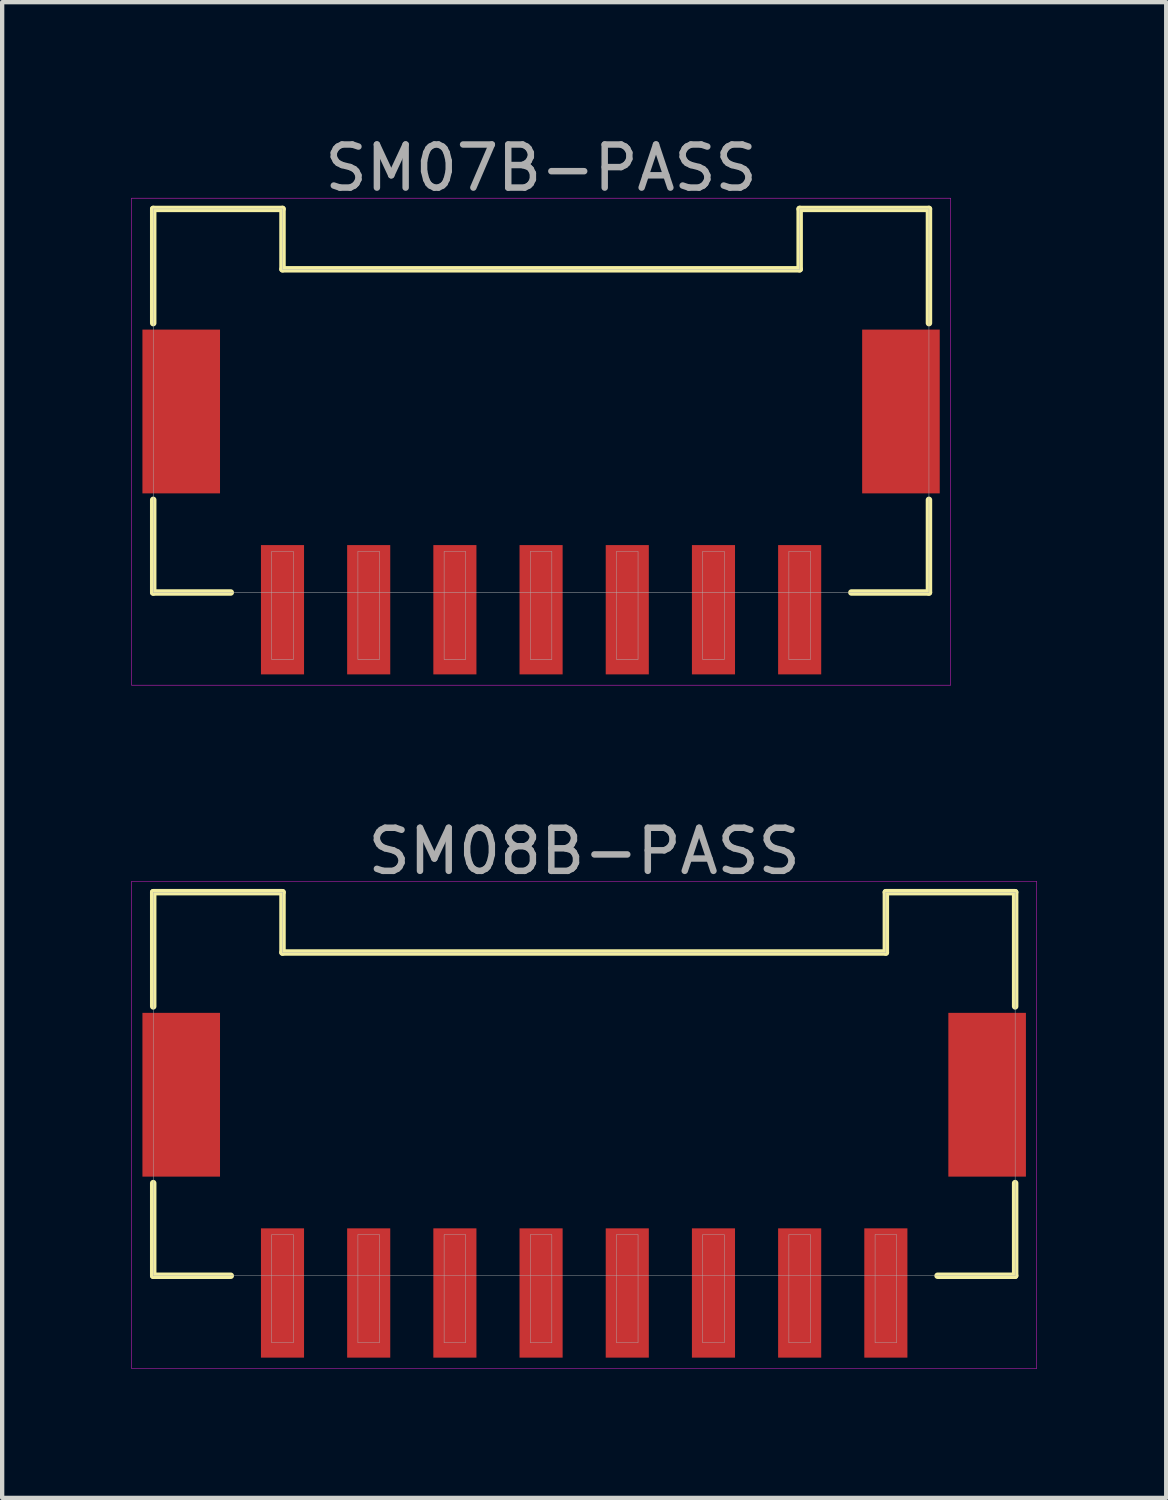
<source format=kicad_pcb>
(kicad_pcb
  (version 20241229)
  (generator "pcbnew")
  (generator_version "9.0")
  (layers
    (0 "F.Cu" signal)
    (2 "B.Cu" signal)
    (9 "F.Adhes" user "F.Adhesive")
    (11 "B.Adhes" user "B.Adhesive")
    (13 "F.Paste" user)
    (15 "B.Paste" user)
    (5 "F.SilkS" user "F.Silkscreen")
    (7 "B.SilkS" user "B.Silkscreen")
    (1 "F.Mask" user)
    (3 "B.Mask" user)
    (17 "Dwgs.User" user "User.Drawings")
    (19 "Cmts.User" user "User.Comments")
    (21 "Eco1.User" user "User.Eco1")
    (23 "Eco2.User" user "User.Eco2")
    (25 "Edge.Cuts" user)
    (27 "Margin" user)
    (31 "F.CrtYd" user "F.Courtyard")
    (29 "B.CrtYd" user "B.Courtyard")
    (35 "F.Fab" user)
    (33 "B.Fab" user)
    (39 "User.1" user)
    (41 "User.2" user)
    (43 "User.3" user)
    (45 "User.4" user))
  (footprint "SM07B-PASS"
    (layer "F.Cu")
    (at 9.505 9.748)
    (property "Reference" "SM07B-PASS" (at 0 -8.9 0) (layer "F.Fab") (effects (font (size 1 1) (thickness 0.15))))
    (attr through_hole)
    (fp_line (start -9 -7.95) (end -9 -5.3) (stroke (width 0.15) (type solid)) (layer "F.SilkS"))
    (fp_line (start -9 -7.95) (end -6 -7.95) (stroke (width 0.15) (type solid)) (layer "F.SilkS"))
    (fp_line (start -9 0.95) (end -9 -1.2) (stroke (width 0.15) (type solid)) (layer "F.SilkS"))
    (fp_line (start -9 0.95) (end -7.2 0.95) (stroke (width 0.15) (type solid)) (layer "F.SilkS"))
    (fp_line (start -6 -7.95) (end -6 -6.55) (stroke (width 0.15) (type solid)) (layer "F.SilkS"))
    (fp_line (start -6 -6.55) (end 6 -6.55) (stroke (width 0.15) (type solid)) (layer "F.SilkS"))
    (fp_line (start 6 -7.95) (end 9 -7.95) (stroke (width 0.15) (type solid)) (layer "F.SilkS"))
    (fp_line (start 6 -6.55) (end 6 -7.95) (stroke (width 0.15) (type solid)) (layer "F.SilkS"))
    (fp_line (start 9 -7.95) (end 9 -5.3) (stroke (width 0.15) (type solid)) (layer "F.SilkS"))
    (fp_line (start 9 0.95) (end 7.2 0.95) (stroke (width 0.15) (type solid)) (layer "F.SilkS"))
    (fp_line (start 9 0.95) (end 9 -1.2) (stroke (width 0.15) (type solid)) (layer "F.SilkS"))
    (fp_line (start -9.5 -8.2) (end 9.5 -8.2) (stroke (width 0.01) (type solid)) (layer "F.CrtYd"))
    (fp_line (start -9.5 3.1) (end -9.5 -8.2) (stroke (width 0.01) (type solid)) (layer "F.CrtYd"))
    (fp_line (start 9.5 -8.2) (end 9.5 3.1) (stroke (width 0.01) (type solid)) (layer "F.CrtYd"))
    (fp_line (start 9.5 3.1) (end -9.5 3.1) (stroke (width 0.01) (type solid)) (layer "F.CrtYd"))
    (fp_line (start -9 -7.95) (end -6 -7.95) (stroke (width 0.01) (type solid)) (layer "F.Fab"))
    (fp_line (start -9 0.95) (end -9 -7.95) (stroke (width 0.01) (type solid)) (layer "F.Fab"))
    (fp_line (start -6.25 0) (end -5.75 0) (stroke (width 0.01) (type solid)) (layer "F.Fab"))
    (fp_line (start -6.25 2.5) (end -6.25 0) (stroke (width 0.01) (type solid)) (layer "F.Fab"))
    (fp_line (start -6 -7.95) (end -6 -6.55) (stroke (width 0.01) (type solid)) (layer "F.Fab"))
    (fp_line (start -6 -6.55) (end 6 -6.55) (stroke (width 0.01) (type solid)) (layer "F.Fab"))
    (fp_line (start -5.75 0) (end -5.75 2.5) (stroke (width 0.01) (type solid)) (layer "F.Fab"))
    (fp_line (start -5.75 2.5) (end -6.25 2.5) (stroke (width 0.01) (type solid)) (layer "F.Fab"))
    (fp_line (start -4.25 0) (end -3.75 0) (stroke (width 0.01) (type solid)) (layer "F.Fab"))
    (fp_line (start -4.25 2.5) (end -4.25 0) (stroke (width 0.01) (type solid)) (layer "F.Fab"))
    (fp_line (start -3.75 0) (end -3.75 2.5) (stroke (width 0.01) (type solid)) (layer "F.Fab"))
    (fp_line (start -3.75 2.5) (end -4.25 2.5) (stroke (width 0.01) (type solid)) (layer "F.Fab"))
    (fp_line (start -2.25 0) (end -1.75 0) (stroke (width 0.01) (type solid)) (layer "F.Fab"))
    (fp_line (start -2.25 2.5) (end -2.25 0) (stroke (width 0.01) (type solid)) (layer "F.Fab"))
    (fp_line (start -1.75 0) (end -1.75 2.5) (stroke (width 0.01) (type solid)) (layer "F.Fab"))
    (fp_line (start -1.75 2.5) (end -2.25 2.5) (stroke (width 0.01) (type solid)) (layer "F.Fab"))
    (fp_line (start -0.25 0) (end 0.25 0) (stroke (width 0.01) (type solid)) (layer "F.Fab"))
    (fp_line (start -0.25 2.5) (end -0.25 0) (stroke (width 0.01) (type solid)) (layer "F.Fab"))
    (fp_line (start 0.25 0) (end 0.25 2.5) (stroke (width 0.01) (type solid)) (layer "F.Fab"))
    (fp_line (start 0.25 2.5) (end -0.25 2.5) (stroke (width 0.01) (type solid)) (layer "F.Fab"))
    (fp_line (start 1.75 0) (end 2.25 0) (stroke (width 0.01) (type solid)) (layer "F.Fab"))
    (fp_line (start 1.75 2.5) (end 1.75 0) (stroke (width 0.01) (type solid)) (layer "F.Fab"))
    (fp_line (start 2.25 0) (end 2.25 2.5) (stroke (width 0.01) (type solid)) (layer "F.Fab"))
    (fp_line (start 2.25 2.5) (end 1.75 2.5) (stroke (width 0.01) (type solid)) (layer "F.Fab"))
    (fp_line (start 3.75 0) (end 4.25 0) (stroke (width 0.01) (type solid)) (layer "F.Fab"))
    (fp_line (start 3.75 2.5) (end 3.75 0) (stroke (width 0.01) (type solid)) (layer "F.Fab"))
    (fp_line (start 4.25 0) (end 4.25 2.5) (stroke (width 0.01) (type solid)) (layer "F.Fab"))
    (fp_line (start 4.25 2.5) (end 3.75 2.5) (stroke (width 0.01) (type solid)) (layer "F.Fab"))
    (fp_line (start 5.75 0) (end 6.25 0) (stroke (width 0.01) (type solid)) (layer "F.Fab"))
    (fp_line (start 5.75 2.5) (end 5.75 0) (stroke (width 0.01) (type solid)) (layer "F.Fab"))
    (fp_line (start 6 -7.95) (end 9 -7.95) (stroke (width 0.01) (type solid)) (layer "F.Fab"))
    (fp_line (start 6 -6.55) (end 6 -7.95) (stroke (width 0.01) (type solid)) (layer "F.Fab"))
    (fp_line (start 6.25 0) (end 6.25 2.5) (stroke (width 0.01) (type solid)) (layer "F.Fab"))
    (fp_line (start 6.25 2.5) (end 5.75 2.5) (stroke (width 0.01) (type solid)) (layer "F.Fab"))
    (fp_line (start 9 -7.95) (end 9 0.95) (stroke (width 0.01) (type solid)) (layer "F.Fab"))
    (fp_line (start 9 0.95) (end -9 0.95) (stroke (width 0.01) (type solid)) (layer "F.Fab"))
    (pad "" smd rect (at -8.35 -3.25) (size 1.8 3.8) (layers "F.Cu" "F.Mask" "F.Paste"))
    (pad "" smd rect (at 8.35 -3.25) (size 1.8 3.8) (layers "F.Cu" "F.Mask" "F.Paste"))
    (pad "1" smd rect (at 6 1.35) (size 1 3) (layers "F.Cu" "F.Mask" "F.Paste"))
    (pad "2" smd rect (at 4 1.35) (size 1 3) (layers "F.Cu" "F.Mask" "F.Paste"))
    (pad "3" smd rect (at 2 1.35) (size 1 3) (layers "F.Cu" "F.Mask" "F.Paste"))
    (pad "4" smd rect (at 0 1.35) (size 1 3) (layers "F.Cu" "F.Mask" "F.Paste"))
    (pad "5" smd rect (at -2 1.35) (size 1 3) (layers "F.Cu" "F.Mask" "F.Paste"))
    (pad "6" smd rect (at -4 1.35) (size 1 3) (layers "F.Cu" "F.Mask" "F.Paste"))
    (pad "7" smd rect (at -6 1.35) (size 1 3) (layers "F.Cu" "F.Mask" "F.Paste")))
  (footprint "SM08B-PASS"
    (layer "F.Cu")
    (at 10.505 25.602)
    (property "Reference" "SM08B-PASS" (at 0 -8.9 0) (layer "F.Fab") (effects (font (size 1 1) (thickness 0.15))))
    (attr through_hole)
    (fp_line (start -10 -7.95) (end -10 -5.3) (stroke (width 0.15) (type solid)) (layer "F.SilkS"))
    (fp_line (start -10 -7.95) (end -7 -7.95) (stroke (width 0.15) (type solid)) (layer "F.SilkS"))
    (fp_line (start -10 0.95) (end -10 -1.2) (stroke (width 0.15) (type solid)) (layer "F.SilkS"))
    (fp_line (start -10 0.95) (end -8.2 0.95) (stroke (width 0.15) (type solid)) (layer "F.SilkS"))
    (fp_line (start -7 -7.95) (end -7 -6.55) (stroke (width 0.15) (type solid)) (layer "F.SilkS"))
    (fp_line (start -7 -6.55) (end 7 -6.55) (stroke (width 0.15) (type solid)) (layer "F.SilkS"))
    (fp_line (start 7 -7.95) (end 10 -7.95) (stroke (width 0.15) (type solid)) (layer "F.SilkS"))
    (fp_line (start 7 -6.55) (end 7 -7.95) (stroke (width 0.15) (type solid)) (layer "F.SilkS"))
    (fp_line (start 10 -7.95) (end 10 -5.3) (stroke (width 0.15) (type solid)) (layer "F.SilkS"))
    (fp_line (start 10 0.95) (end 8.2 0.95) (stroke (width 0.15) (type solid)) (layer "F.SilkS"))
    (fp_line (start 10 0.95) (end 10 -1.2) (stroke (width 0.15) (type solid)) (layer "F.SilkS"))
    (fp_line (start -10.5 -8.2) (end 10.5 -8.2) (stroke (width 0.01) (type solid)) (layer "F.CrtYd"))
    (fp_line (start -10.5 3.1) (end -10.5 -8.2) (stroke (width 0.01) (type solid)) (layer "F.CrtYd"))
    (fp_line (start 10.5 -8.2) (end 10.5 3.1) (stroke (width 0.01) (type solid)) (layer "F.CrtYd"))
    (fp_line (start 10.5 3.1) (end -10.5 3.1) (stroke (width 0.01) (type solid)) (layer "F.CrtYd"))
    (fp_line (start -10 -7.95) (end -7 -7.95) (stroke (width 0.01) (type solid)) (layer "F.Fab"))
    (fp_line (start -10 0.95) (end -10 -7.95) (stroke (width 0.01) (type solid)) (layer "F.Fab"))
    (fp_line (start -7.25 0) (end -6.75 0) (stroke (width 0.01) (type solid)) (layer "F.Fab"))
    (fp_line (start -7.25 2.5) (end -7.25 0) (stroke (width 0.01) (type solid)) (layer "F.Fab"))
    (fp_line (start -7 -7.95) (end -7 -6.55) (stroke (width 0.01) (type solid)) (layer "F.Fab"))
    (fp_line (start -7 -6.55) (end 7 -6.55) (stroke (width 0.01) (type solid)) (layer "F.Fab"))
    (fp_line (start -6.75 0) (end -6.75 2.5) (stroke (width 0.01) (type solid)) (layer "F.Fab"))
    (fp_line (start -6.75 2.5) (end -7.25 2.5) (stroke (width 0.01) (type solid)) (layer "F.Fab"))
    (fp_line (start -5.25 0) (end -4.75 0) (stroke (width 0.01) (type solid)) (layer "F.Fab"))
    (fp_line (start -5.25 2.5) (end -5.25 0) (stroke (width 0.01) (type solid)) (layer "F.Fab"))
    (fp_line (start -4.75 0) (end -4.75 2.5) (stroke (width 0.01) (type solid)) (layer "F.Fab"))
    (fp_line (start -4.75 2.5) (end -5.25 2.5) (stroke (width 0.01) (type solid)) (layer "F.Fab"))
    (fp_line (start -3.25 0) (end -2.75 0) (stroke (width 0.01) (type solid)) (layer "F.Fab"))
    (fp_line (start -3.25 2.5) (end -3.25 0) (stroke (width 0.01) (type solid)) (layer "F.Fab"))
    (fp_line (start -2.75 0) (end -2.75 2.5) (stroke (width 0.01) (type solid)) (layer "F.Fab"))
    (fp_line (start -2.75 2.5) (end -3.25 2.5) (stroke (width 0.01) (type solid)) (layer "F.Fab"))
    (fp_line (start -1.25 0) (end -0.75 0) (stroke (width 0.01) (type solid)) (layer "F.Fab"))
    (fp_line (start -1.25 2.5) (end -1.25 0) (stroke (width 0.01) (type solid)) (layer "F.Fab"))
    (fp_line (start -0.75 0) (end -0.75 2.5) (stroke (width 0.01) (type solid)) (layer "F.Fab"))
    (fp_line (start -0.75 2.5) (end -1.25 2.5) (stroke (width 0.01) (type solid)) (layer "F.Fab"))
    (fp_line (start 0.75 0) (end 1.25 0) (stroke (width 0.01) (type solid)) (layer "F.Fab"))
    (fp_line (start 0.75 2.5) (end 0.75 0) (stroke (width 0.01) (type solid)) (layer "F.Fab"))
    (fp_line (start 1.25 0) (end 1.25 2.5) (stroke (width 0.01) (type solid)) (layer "F.Fab"))
    (fp_line (start 1.25 2.5) (end 0.75 2.5) (stroke (width 0.01) (type solid)) (layer "F.Fab"))
    (fp_line (start 2.75 0) (end 3.25 0) (stroke (width 0.01) (type solid)) (layer "F.Fab"))
    (fp_line (start 2.75 2.5) (end 2.75 0) (stroke (width 0.01) (type solid)) (layer "F.Fab"))
    (fp_line (start 3.25 0) (end 3.25 2.5) (stroke (width 0.01) (type solid)) (layer "F.Fab"))
    (fp_line (start 3.25 2.5) (end 2.75 2.5) (stroke (width 0.01) (type solid)) (layer "F.Fab"))
    (fp_line (start 4.75 0) (end 5.25 0) (stroke (width 0.01) (type solid)) (layer "F.Fab"))
    (fp_line (start 4.75 2.5) (end 4.75 0) (stroke (width 0.01) (type solid)) (layer "F.Fab"))
    (fp_line (start 5.25 0) (end 5.25 2.5) (stroke (width 0.01) (type solid)) (layer "F.Fab"))
    (fp_line (start 5.25 2.5) (end 4.75 2.5) (stroke (width 0.01) (type solid)) (layer "F.Fab"))
    (fp_line (start 6.75 0) (end 7.25 0) (stroke (width 0.01) (type solid)) (layer "F.Fab"))
    (fp_line (start 6.75 2.5) (end 6.75 0) (stroke (width 0.01) (type solid)) (layer "F.Fab"))
    (fp_line (start 7 -7.95) (end 10 -7.95) (stroke (width 0.01) (type solid)) (layer "F.Fab"))
    (fp_line (start 7 -6.55) (end 7 -7.95) (stroke (width 0.01) (type solid)) (layer "F.Fab"))
    (fp_line (start 7.25 0) (end 7.25 2.5) (stroke (width 0.01) (type solid)) (layer "F.Fab"))
    (fp_line (start 7.25 2.5) (end 6.75 2.5) (stroke (width 0.01) (type solid)) (layer "F.Fab"))
    (fp_line (start 10 -7.95) (end 10 0.95) (stroke (width 0.01) (type solid)) (layer "F.Fab"))
    (fp_line (start 10 0.95) (end -10 0.95) (stroke (width 0.01) (type solid)) (layer "F.Fab"))
    (pad "" smd rect (at -9.35 -3.25) (size 1.8 3.8) (layers "F.Cu" "F.Mask" "F.Paste"))
    (pad "" smd rect (at 9.35 -3.25) (size 1.8 3.8) (layers "F.Cu" "F.Mask" "F.Paste"))
    (pad "1" smd rect (at 7 1.35) (size 1 3) (layers "F.Cu" "F.Mask" "F.Paste"))
    (pad "2" smd rect (at 5 1.35) (size 1 3) (layers "F.Cu" "F.Mask" "F.Paste"))
    (pad "3" smd rect (at 3 1.35) (size 1 3) (layers "F.Cu" "F.Mask" "F.Paste"))
    (pad "4" smd rect (at 1 1.35) (size 1 3) (layers "F.Cu" "F.Mask" "F.Paste"))
    (pad "5" smd rect (at -1 1.35) (size 1 3) (layers "F.Cu" "F.Mask" "F.Paste"))
    (pad "6" smd rect (at -3 1.35) (size 1 3) (layers "F.Cu" "F.Mask" "F.Paste"))
    (pad "7" smd rect (at -5 1.35) (size 1 3) (layers "F.Cu" "F.Mask" "F.Paste"))
    (pad "8" smd rect (at -7 1.35) (size 1 3) (layers "F.Cu" "F.Mask" "F.Paste")))
  (gr_rect
    (start -3 -3)
    (end 24.01 31.706)
    (stroke (width 0.1) (type default))
    (fill no)
    (layer "Edge.Cuts")))
</source>
